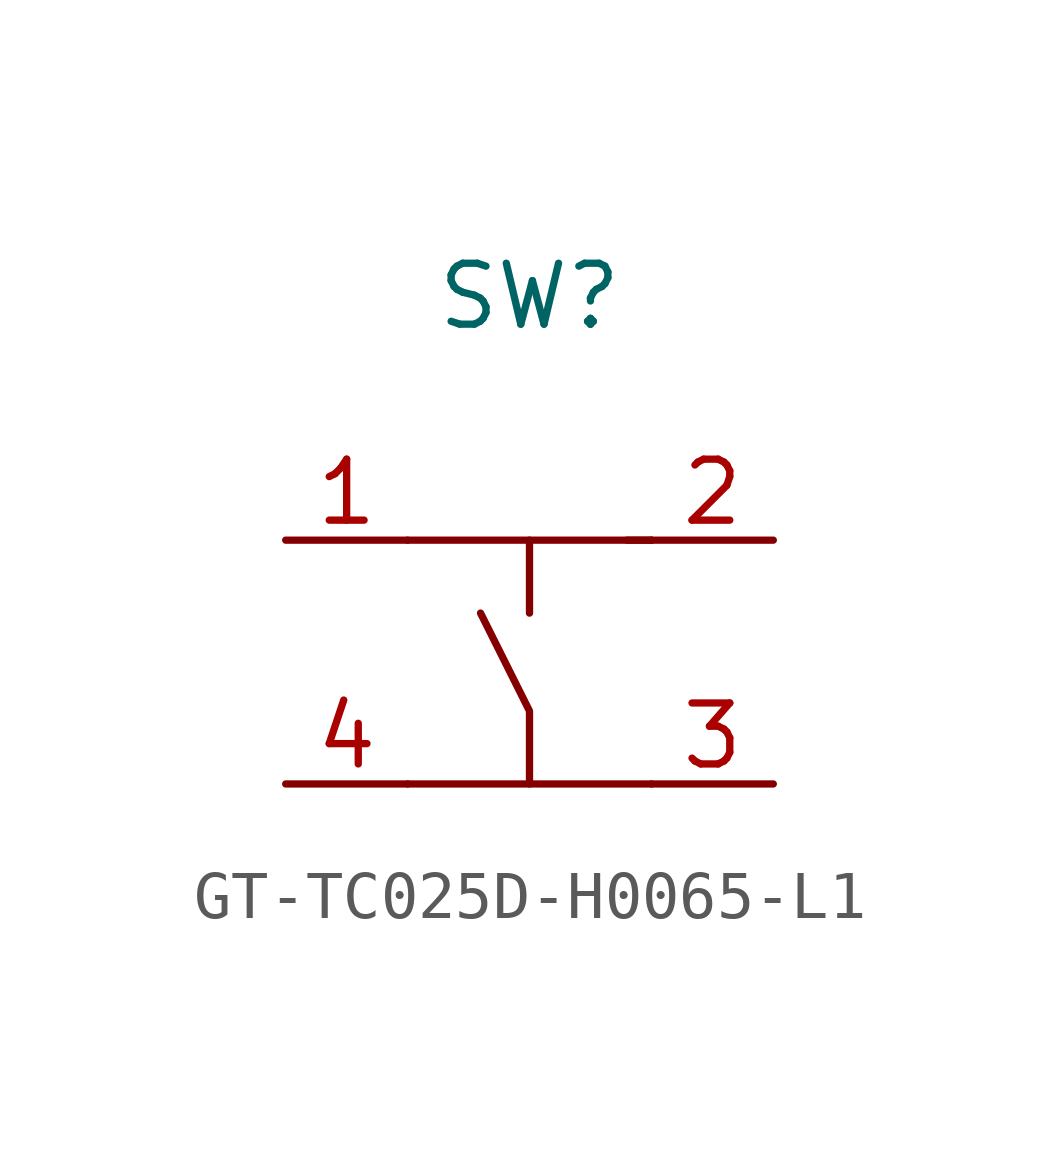
<source format=kicad_sym>
(kicad_symbol_lib
  (version 20220914)
  (generator kicad_symbol_editor)
  (symbol "GT-TC025D-H0065-L1"
    (property "Reference" "SW"
      (at 0 7.62 0)
      (effects (font (size 1.27 1.27))))
    (symbol "GT-TC025D-H0065-L1_0_1"
      (polyline (pts (xy -2.54 -2.54) (xy 2.54 -2.54)) (stroke (width 0) (type default)) (fill (type none)))
      (polyline (pts (xy -2.54 2.54) (xy 2.54 2.54)) (stroke (width 0) (type default)) (fill (type none)))
      (polyline (pts (xy 0 2.54) (xy 0 1.02)) (stroke (width 0) (type default)) (fill (type none)))
      (polyline (pts (xy 2.03 2.54) (xy 2.54 2.54)) (stroke (width 0) (type default)) (fill (type none)))
      (polyline (pts (xy 0 -2.54) (xy 0 -1.02) (xy -1.02 1.02)) (stroke (width 0) (type default)) (fill (type none))))
    (symbol "GT-TC025D-H0065-L1_1_1"
      (pin passive line (at -5.08 2.54 0) (length 2.54) (name "~" (effects (font (size 1.27 1.27)))) (number "1" (effects (font (size 1.27 1.27)))))
      (pin passive line (at 5.08 2.54 180) (length 2.54) (name "~" (effects (font (size 1.27 1.27)))) (number "2" (effects (font (size 1.27 1.27)))))
      (pin passive line (at 5.08 -2.54 180) (length 2.54) (name "~" (effects (font (size 1.27 1.27)))) (number "3" (effects (font (size 1.27 1.27)))))
      (pin passive line (at -5.08 -2.54 0) (length 2.54) (name "~" (effects (font (size 1.27 1.27)))) (number "4" (effects (font (size 1.27 1.27))))))))
</source>
